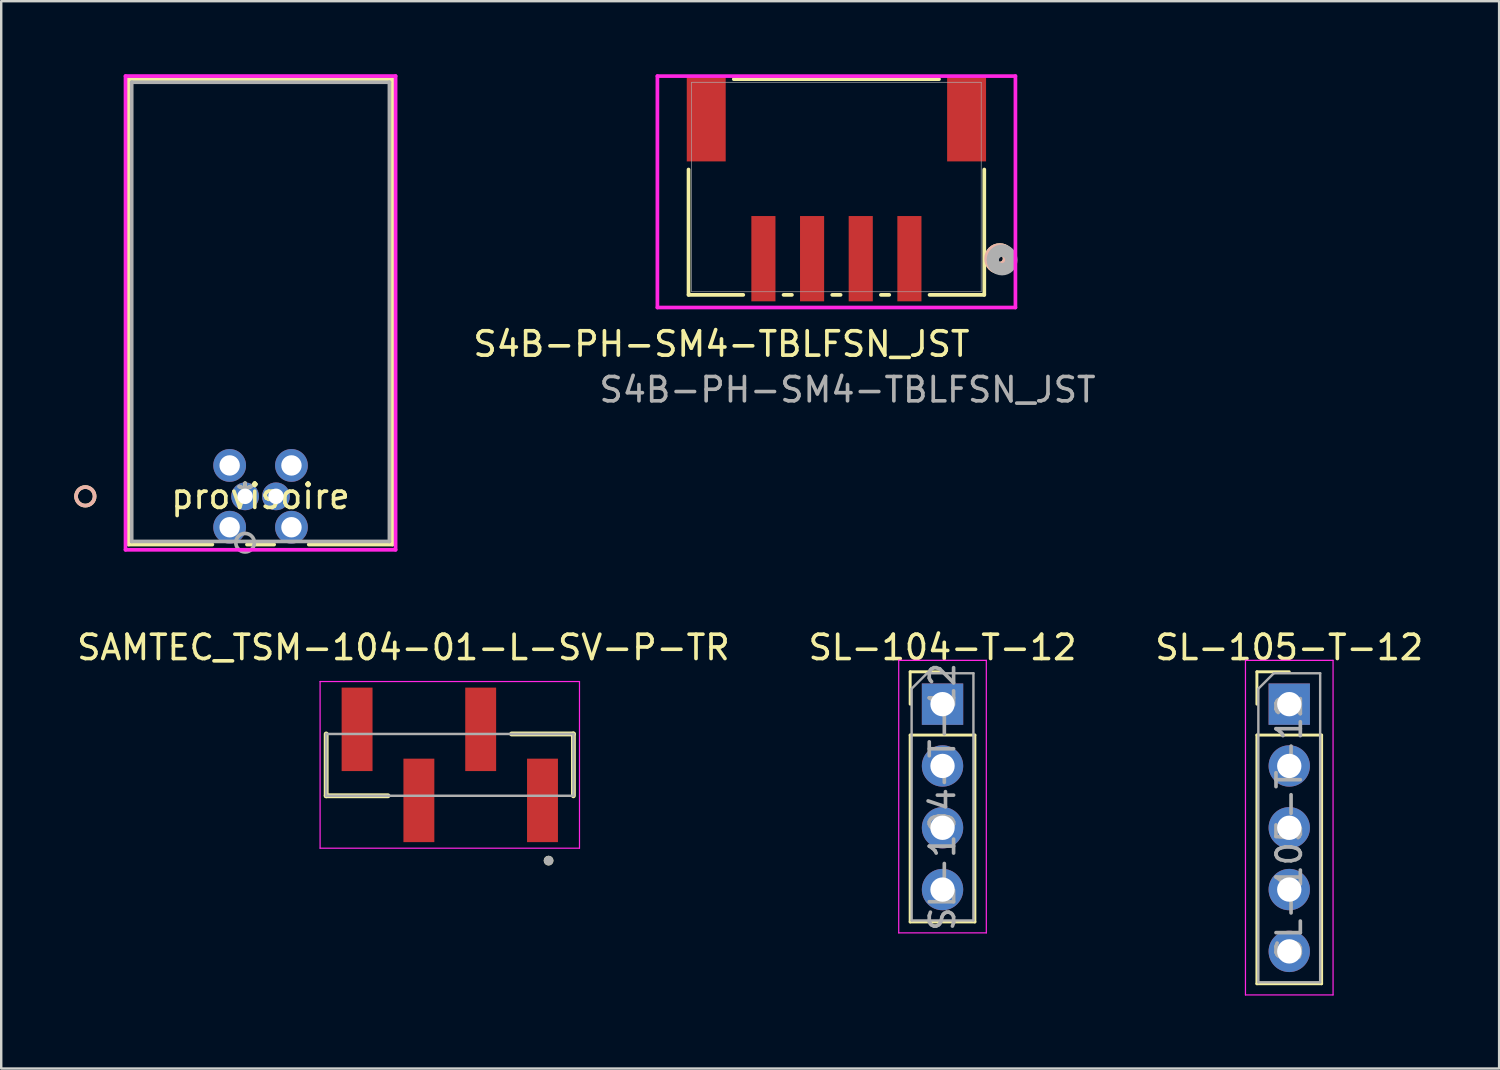
<source format=kicad_pcb>
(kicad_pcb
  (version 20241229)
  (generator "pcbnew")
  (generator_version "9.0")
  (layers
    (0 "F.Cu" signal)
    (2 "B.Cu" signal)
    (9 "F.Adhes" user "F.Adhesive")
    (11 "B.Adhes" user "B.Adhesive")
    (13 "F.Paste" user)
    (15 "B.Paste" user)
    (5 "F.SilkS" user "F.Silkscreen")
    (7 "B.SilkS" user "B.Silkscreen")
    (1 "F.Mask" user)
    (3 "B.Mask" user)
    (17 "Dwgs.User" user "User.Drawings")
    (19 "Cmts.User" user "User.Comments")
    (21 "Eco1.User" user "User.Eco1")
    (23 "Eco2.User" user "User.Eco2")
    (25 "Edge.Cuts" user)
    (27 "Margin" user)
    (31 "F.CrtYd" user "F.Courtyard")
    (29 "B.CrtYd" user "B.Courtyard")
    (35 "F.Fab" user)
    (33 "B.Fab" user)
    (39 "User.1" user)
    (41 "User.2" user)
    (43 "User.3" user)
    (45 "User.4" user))
  (footprint "SAMTEC_TSM-104-01-L-SV-P-TR"
    (layer "F.Cu")
    (at 15.435 28.384)
    (property "Reference" "SAMTEC_TSM-104-01-L-SV-P-TR" (at -1.905 -4.825 0) (layer "F.SilkS") (effects (font (size 1 1) (thickness 0.15))))
    (attr smd)
    (fp_line (start -5.08 1.27) (end -5.08 -1.27) (stroke (width 0.2) (type solid)) (layer "F.SilkS"))
    (fp_line (start -5.08 1.27) (end -2.54 1.27) (stroke (width 0.2) (type solid)) (layer "F.SilkS"))
    (fp_line (start 2.54 -1.27) (end 5.08 -1.27) (stroke (width 0.2) (type solid)) (layer "F.SilkS"))
    (fp_line (start 5.08 -1.27) (end 5.08 1.27) (stroke (width 0.2) (type solid)) (layer "F.SilkS"))
    (fp_circle (center 4.06 3.935) (end 4.16 3.935) (stroke (width 0.2) (type solid)) (fill no) (layer "F.SilkS"))
    (fp_line (start -5.33 -3.425) (end 5.33 -3.425) (stroke (width 0.05) (type solid)) (layer "F.CrtYd"))
    (fp_line (start -5.33 3.425) (end -5.33 -3.425) (stroke (width 0.05) (type solid)) (layer "F.CrtYd"))
    (fp_line (start 5.33 -3.425) (end 5.33 3.425) (stroke (width 0.05) (type solid)) (layer "F.CrtYd"))
    (fp_line (start 5.33 3.425) (end -5.33 3.425) (stroke (width 0.05) (type solid)) (layer "F.CrtYd"))
    (fp_line (start -5.08 -1.27) (end 5.08 -1.27) (stroke (width 0.1) (type solid)) (layer "F.Fab"))
    (fp_line (start -5.08 1.27) (end -5.08 -1.27) (stroke (width 0.1) (type solid)) (layer "F.Fab"))
    (fp_line (start 5.08 -1.27) (end 5.08 1.27) (stroke (width 0.1) (type solid)) (layer "F.Fab"))
    (fp_line (start 5.08 1.27) (end -5.08 1.27) (stroke (width 0.1) (type solid)) (layer "F.Fab"))
    (fp_circle (center 4.06 3.935) (end 4.16 3.935) (stroke (width 0.2) (type solid)) (fill no) (layer "F.Fab"))
    (pad "01" smd rect (at 3.81 1.46) (size 1.27 3.43) (layers "F.Cu" "F.Mask" "F.Paste"))
    (pad "02" smd rect (at 1.27 -1.46) (size 1.27 3.43) (layers "F.Cu" "F.Mask" "F.Paste"))
    (pad "03" smd rect (at -1.27 1.46) (size 1.27 3.43) (layers "F.Cu" "F.Mask" "F.Paste"))
    (pad "04" smd rect (at -3.81 -1.46) (size 1.27 3.43) (layers "F.Cu" "F.Mask" "F.Paste")))
  (footprint "provisoire"
    (layer "F.Cu")
    (at 7.023 17.348)
    (property "Reference" "provisoire" (at 0.635 0 0) (layer "F.SilkS") (effects (font (size 1 1) (thickness 0.15))))
    (attr through_hole)
    (fp_line (start -4.788 -17.145) (end -4.788 1.981) (stroke (width 0.152) (type solid)) (layer "F.SilkS"))
    (fp_line (start -4.788 1.981) (end -1.346 1.981) (stroke (width 0.152) (type solid)) (layer "F.SilkS"))
    (fp_line (start 0.076 1.981) (end 1.194 1.981) (stroke (width 0.152) (type solid)) (layer "F.SilkS"))
    (fp_line (start 2.616 1.981) (end 6.058 1.981) (stroke (width 0.152) (type solid)) (layer "F.SilkS"))
    (fp_line (start 6.058 -17.145) (end -4.788 -17.145) (stroke (width 0.152) (type solid)) (layer "F.SilkS"))
    (fp_line (start 6.058 1.981) (end 6.058 -17.145) (stroke (width 0.152) (type solid)) (layer "F.SilkS"))
    (fp_circle (center -6.566 0) (end -6.185 0) (stroke (width 0.152) (type solid)) (fill no) (layer "F.SilkS"))
    (fp_circle (center -6.566 0) (end -6.185 0) (stroke (width 0.152) (type solid)) (fill no) (layer "B.SilkS"))
    (fp_line (start -4.915 -17.272) (end -4.915 2.197) (stroke (width 0.152) (type solid)) (layer "F.CrtYd"))
    (fp_line (start -4.915 2.197) (end 6.185 2.197) (stroke (width 0.152) (type solid)) (layer "F.CrtYd"))
    (fp_line (start 6.185 -17.272) (end -4.915 -17.272) (stroke (width 0.152) (type solid)) (layer "F.CrtYd"))
    (fp_line (start 6.185 2.197) (end 6.185 -17.272) (stroke (width 0.152) (type solid)) (layer "F.CrtYd"))
    (fp_line (start -4.661 -17.018) (end -4.661 1.854) (stroke (width 0.152) (type solid)) (layer "F.Fab"))
    (fp_line (start -4.661 1.854) (end 5.931 1.854) (stroke (width 0.152) (type solid)) (layer "F.Fab"))
    (fp_line (start 5.931 -17.018) (end -4.661 -17.018) (stroke (width 0.152) (type solid)) (layer "F.Fab"))
    (fp_line (start 5.931 1.854) (end 5.931 -17.018) (stroke (width 0.152) (type solid)) (layer "F.Fab"))
    (fp_circle (center 0 1.905) (end 0.381 1.905) (stroke (width 0.152) (type solid)) (fill no) (layer "F.Fab"))
    (fp_text user "*" (at 0 0 0) (layer "F.SilkS") (effects (font (size 1 1) (thickness 0.15))))
    (fp_text user "Copyright 2016 Accelerated Designs. All rights reserved." (at 0 0 0) (layer "Cmts.User") (effects (font (size 0.127 0.127) (thickness 0.002))))
    (fp_text user "*" (at 0 0 0) (layer "F.Fab") (effects (font (size 1 1) (thickness 0.15))))
    (pad "1" thru_hole circle (at 0 0) (size 1.143 1.143) (drill 0.635) (layers "*.Cu" "*.Mask"))
    (pad "2" thru_hole circle (at 1.27 0) (size 1.143 1.143) (drill 0.635) (layers "*.Cu" "*.Mask"))
    (pad "3" thru_hole circle (at -0.635 -1.27) (size 1.346 1.346) (drill 0.838) (layers "*.Cu" "*.Mask"))
    (pad "4" thru_hole circle (at 1.905 -1.27) (size 1.346 1.346) (drill 0.838) (layers "*.Cu" "*.Mask"))
    (pad "5" thru_hole circle (at -0.635 1.27) (size 1.346 1.346) (drill 0.838) (layers "*.Cu" "*.Mask"))
    (pad "6" thru_hole circle (at 1.905 1.27) (size 1.346 1.346) (drill 0.838) (layers "*.Cu" "*.Mask")))
  (footprint "S4B-PH-SM4-TBLFSN_JST"
    (layer "F.Cu")
    (at 31.324 4.636)
    (property "Reference" "S4B-PH-SM4-TBLFSN_JST" (at -4.724 6.452 0) (unlocked yes) (layer "F.SilkS") (effects (font (size 1 1) (thickness 0.15))))
    (attr smd)
    (fp_line (start -6.077 -0.72) (end -6.077 4.432) (stroke (width 0.152) (type solid)) (layer "F.SilkS"))
    (fp_line (start -6.077 4.432) (end -3.828 4.432) (stroke (width 0.152) (type solid)) (layer "F.SilkS"))
    (fp_line (start -2.172 4.432) (end -1.828 4.432) (stroke (width 0.152) (type solid)) (layer "F.SilkS"))
    (fp_line (start -0.172 4.432) (end 0.172 4.432) (stroke (width 0.152) (type solid)) (layer "F.SilkS"))
    (fp_line (start 1.828 4.432) (end 2.172 4.432) (stroke (width 0.152) (type solid)) (layer "F.SilkS"))
    (fp_line (start 3.828 4.432) (end 6.077 4.432) (stroke (width 0.152) (type solid)) (layer "F.SilkS"))
    (fp_line (start 4.217 -4.432) (end -4.217 -4.432) (stroke (width 0.152) (type solid)) (layer "F.SilkS"))
    (fp_line (start 6.077 4.432) (end 6.077 -0.72) (stroke (width 0.152) (type solid)) (layer "F.SilkS"))
    (fp_circle (center 6.712 2.945) (end 7.093 2.945) (stroke (width 0.508) (type solid)) (fill no) (layer "F.SilkS"))
    (fp_circle (center 6.712 2.945) (end 7.093 2.945) (stroke (width 0.508) (type solid)) (fill no) (layer "B.SilkS"))
    (fp_line (start -7.357 -4.559) (end -7.357 4.951) (stroke (width 0.152) (type solid)) (layer "F.CrtYd"))
    (fp_line (start -7.357 4.951) (end 7.357 4.951) (stroke (width 0.152) (type solid)) (layer "F.CrtYd"))
    (fp_line (start 7.357 -4.559) (end -7.357 -4.559) (stroke (width 0.152) (type solid)) (layer "F.CrtYd"))
    (fp_line (start 7.357 4.951) (end 7.357 -4.559) (stroke (width 0.152) (type solid)) (layer "F.CrtYd"))
    (fp_line (start -5.95 -4.305) (end -5.95 4.305) (stroke (width 0.025) (type solid)) (layer "F.Fab"))
    (fp_line (start -5.95 4.305) (end 5.95 4.305) (stroke (width 0.025) (type solid)) (layer "F.Fab"))
    (fp_line (start 5.95 -4.305) (end -5.95 -4.305) (stroke (width 0.025) (type solid)) (layer "F.Fab"))
    (fp_line (start 5.95 4.305) (end 5.95 -4.305) (stroke (width 0.025) (type solid)) (layer "F.Fab"))
    (fp_circle (center 6.807 2.997) (end 7.188 2.997) (stroke (width 0.508) (type solid)) (fill no) (layer "F.Fab"))
    (fp_text user "${REFERENCE}" (at 0.457 8.331 0) (unlocked yes) (layer "F.Fab") (effects (font (size 1 1) (thickness 0.15))))
    (pad "1" smd rect (at 3 2.945) (size 0.991 3.505) (layers "F.Cu" "F.Mask" "F.Paste"))
    (pad "2" smd rect (at 1 2.945) (size 0.991 3.505) (layers "F.Cu" "F.Mask" "F.Paste"))
    (pad "3" smd rect (at -1 2.945) (size 0.991 3.505) (layers "F.Cu" "F.Mask" "F.Paste"))
    (pad "4" smd rect (at -3 2.945) (size 0.991 3.505) (layers "F.Cu" "F.Mask" "F.Paste"))
    (pad "5" smd rect (at -5.35 -2.805 90) (size 3.505 1.6) (layers "F.Cu" "F.Mask" "F.Paste"))
    (pad "6" smd rect (at 5.35 -2.805 90) (size 3.505 1.6) (layers "F.Cu" "F.Mask" "F.Paste")))
  (footprint "SL-104-T-12"
    (layer "F.Cu")
    (at 35.685 25.889)
    (property "Reference" "SL-104-T-12" (at 0 -2.33 0) (layer "F.SilkS") (effects (font (size 1 1) (thickness 0.15))))
    (attr through_hole)
    (fp_line (start -1.33 -1.33) (end 0 -1.33) (stroke (width 0.12) (type solid)) (layer "F.SilkS"))
    (fp_line (start -1.33 0) (end -1.33 -1.33) (stroke (width 0.12) (type solid)) (layer "F.SilkS"))
    (fp_line (start -1.33 1.27) (end -1.33 8.95) (stroke (width 0.12) (type solid)) (layer "F.SilkS"))
    (fp_line (start -1.33 1.27) (end 1.33 1.27) (stroke (width 0.12) (type solid)) (layer "F.SilkS"))
    (fp_line (start -1.33 8.95) (end 1.33 8.95) (stroke (width 0.12) (type solid)) (layer "F.SilkS"))
    (fp_line (start 1.33 1.27) (end 1.33 8.95) (stroke (width 0.12) (type solid)) (layer "F.SilkS"))
    (fp_line (start -1.8 -1.8) (end -1.8 9.4) (stroke (width 0.05) (type solid)) (layer "F.CrtYd"))
    (fp_line (start -1.8 9.4) (end 1.8 9.4) (stroke (width 0.05) (type solid)) (layer "F.CrtYd"))
    (fp_line (start 1.8 -1.8) (end -1.8 -1.8) (stroke (width 0.05) (type solid)) (layer "F.CrtYd"))
    (fp_line (start 1.8 9.4) (end 1.8 -1.8) (stroke (width 0.05) (type solid)) (layer "F.CrtYd"))
    (fp_line (start -1.27 -0.635) (end -0.635 -1.27) (stroke (width 0.1) (type solid)) (layer "F.Fab"))
    (fp_line (start -1.27 8.89) (end -1.27 -0.635) (stroke (width 0.1) (type solid)) (layer "F.Fab"))
    (fp_line (start -0.635 -1.27) (end 1.27 -1.27) (stroke (width 0.1) (type solid)) (layer "F.Fab"))
    (fp_line (start 1.27 -1.27) (end 1.27 8.89) (stroke (width 0.1) (type solid)) (layer "F.Fab"))
    (fp_line (start 1.27 8.89) (end -1.27 8.89) (stroke (width 0.1) (type solid)) (layer "F.Fab"))
    (fp_text user "${REFERENCE}" (at 0 3.81 90) (layer "F.Fab") (effects (font (size 1 1) (thickness 0.15))))
    (pad "1" thru_hole rect (at 0 0) (size 1.7 1.7) (drill 1) (layers "*.Cu" "*.Mask"))
    (pad "2" thru_hole oval (at 0 2.54) (size 1.7 1.7) (drill 1) (layers "*.Cu" "*.Mask"))
    (pad "3" thru_hole oval (at 0 5.08) (size 1.7 1.7) (drill 1) (layers "*.Cu" "*.Mask"))
    (pad "4" thru_hole oval (at 0 7.62) (size 1.7 1.7) (drill 1) (layers "*.Cu" "*.Mask")))
  (footprint "SL-105-T-12"
    (layer "F.Cu")
    (at 49.935 25.889)
    (property "Reference" "SL-105-T-12" (at 0 -2.33 0) (layer "F.SilkS") (effects (font (size 1 1) (thickness 0.15))))
    (attr through_hole)
    (fp_line (start -1.33 -1.33) (end 0 -1.33) (stroke (width 0.12) (type solid)) (layer "F.SilkS"))
    (fp_line (start -1.33 0) (end -1.33 -1.33) (stroke (width 0.12) (type solid)) (layer "F.SilkS"))
    (fp_line (start -1.33 1.27) (end -1.33 11.49) (stroke (width 0.12) (type solid)) (layer "F.SilkS"))
    (fp_line (start -1.33 1.27) (end 1.33 1.27) (stroke (width 0.12) (type solid)) (layer "F.SilkS"))
    (fp_line (start -1.33 11.49) (end 1.33 11.49) (stroke (width 0.12) (type solid)) (layer "F.SilkS"))
    (fp_line (start 1.33 1.27) (end 1.33 11.49) (stroke (width 0.12) (type solid)) (layer "F.SilkS"))
    (fp_line (start -1.8 -1.8) (end -1.8 11.95) (stroke (width 0.05) (type solid)) (layer "F.CrtYd"))
    (fp_line (start -1.8 11.95) (end 1.8 11.95) (stroke (width 0.05) (type solid)) (layer "F.CrtYd"))
    (fp_line (start 1.8 -1.8) (end -1.8 -1.8) (stroke (width 0.05) (type solid)) (layer "F.CrtYd"))
    (fp_line (start 1.8 11.95) (end 1.8 -1.8) (stroke (width 0.05) (type solid)) (layer "F.CrtYd"))
    (fp_line (start -1.27 -0.635) (end -0.635 -1.27) (stroke (width 0.1) (type solid)) (layer "F.Fab"))
    (fp_line (start -1.27 11.43) (end -1.27 -0.635) (stroke (width 0.1) (type solid)) (layer "F.Fab"))
    (fp_line (start -0.635 -1.27) (end 1.27 -1.27) (stroke (width 0.1) (type solid)) (layer "F.Fab"))
    (fp_line (start 1.27 -1.27) (end 1.27 11.43) (stroke (width 0.1) (type solid)) (layer "F.Fab"))
    (fp_line (start 1.27 11.43) (end -1.27 11.43) (stroke (width 0.1) (type solid)) (layer "F.Fab"))
    (fp_text user "${REFERENCE}" (at 0 5.08 90) (layer "F.Fab") (effects (font (size 1 1) (thickness 0.15))))
    (pad "1" thru_hole rect (at 0 0) (size 1.7 1.7) (drill 1) (layers "*.Cu" "*.Mask"))
    (pad "2" thru_hole oval (at 0 2.54) (size 1.7 1.7) (drill 1) (layers "*.Cu" "*.Mask"))
    (pad "3" thru_hole oval (at 0 5.08) (size 1.7 1.7) (drill 1) (layers "*.Cu" "*.Mask"))
    (pad "4" thru_hole oval (at 0 7.62) (size 1.7 1.7) (drill 1) (layers "*.Cu" "*.Mask"))
    (pad "5" thru_hole oval (at 0 10.16) (size 1.7 1.7) (drill 1) (layers "*.Cu" "*.Mask")))
  (gr_rect
    (start -3 -3)
    (end 58.56 40.864)
    (stroke (width 0.1) (type default))
    (fill no)
    (layer "Edge.Cuts")))
</source>
